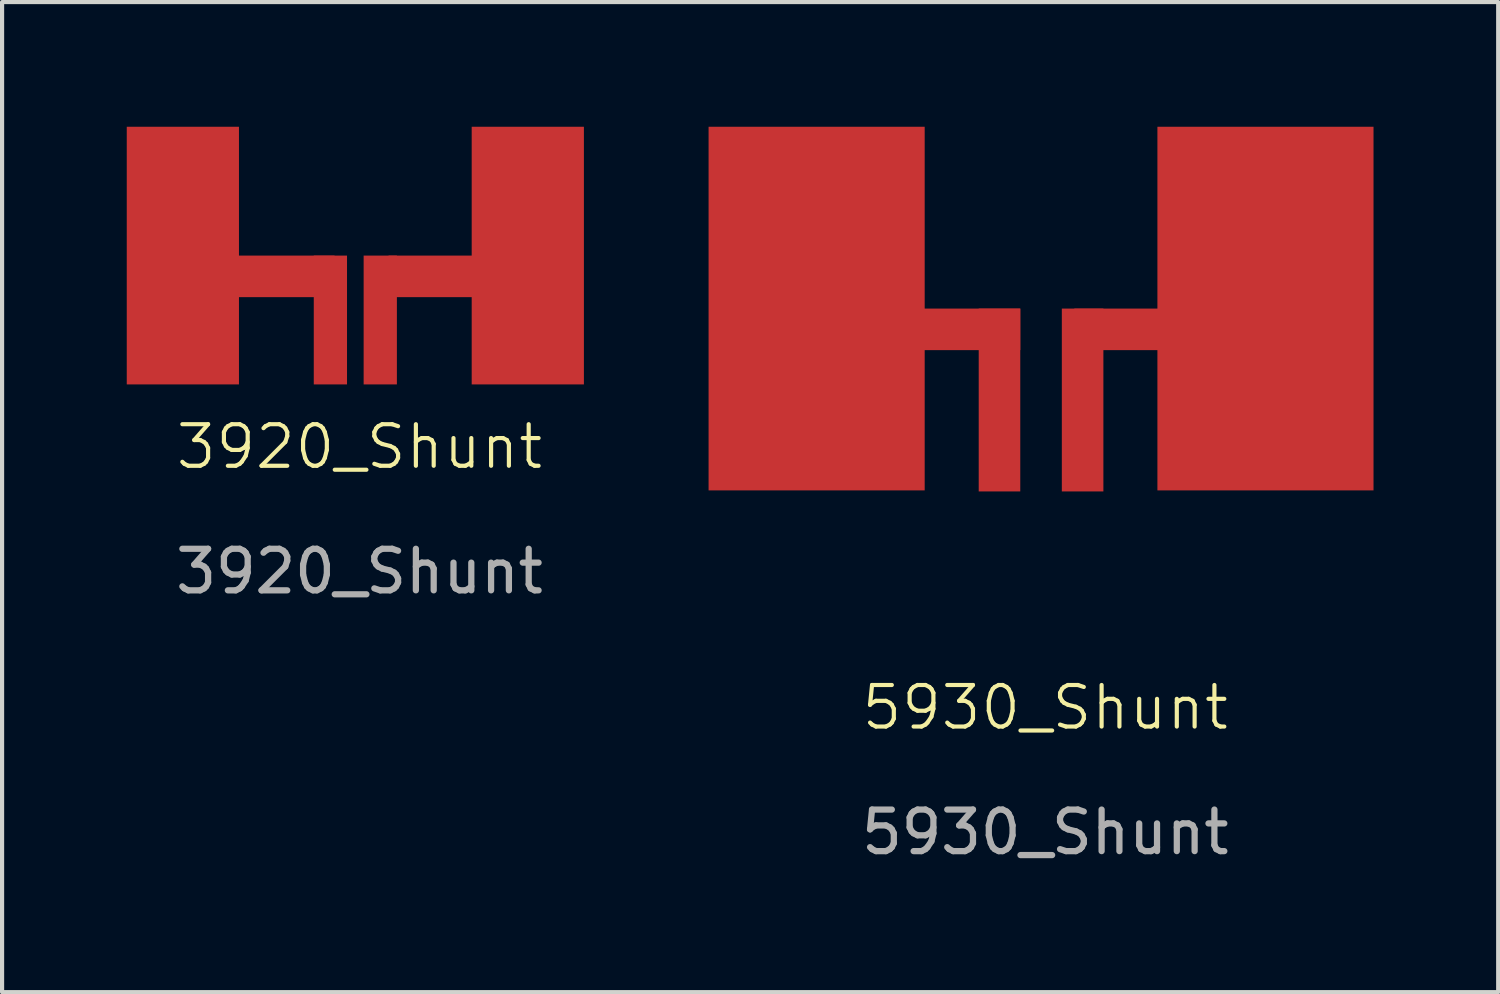
<source format=kicad_pcb>
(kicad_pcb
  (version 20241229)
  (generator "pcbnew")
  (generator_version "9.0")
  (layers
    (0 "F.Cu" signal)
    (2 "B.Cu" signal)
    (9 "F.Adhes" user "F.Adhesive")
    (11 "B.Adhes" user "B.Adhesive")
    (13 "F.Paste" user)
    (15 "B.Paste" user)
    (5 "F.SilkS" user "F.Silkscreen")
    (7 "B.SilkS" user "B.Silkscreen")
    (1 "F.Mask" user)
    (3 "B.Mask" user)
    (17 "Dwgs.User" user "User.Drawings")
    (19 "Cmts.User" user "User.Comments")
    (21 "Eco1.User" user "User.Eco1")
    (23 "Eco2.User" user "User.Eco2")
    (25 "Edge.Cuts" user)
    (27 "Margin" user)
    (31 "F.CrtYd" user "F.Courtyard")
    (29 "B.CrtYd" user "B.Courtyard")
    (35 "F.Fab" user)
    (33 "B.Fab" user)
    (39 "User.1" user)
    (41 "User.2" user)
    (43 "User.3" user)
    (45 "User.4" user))
  (footprint "3920_Shunt"
    (layer "F.Cu")
    (at 5.5 3.1)
    (property "Reference" "3920_Shunt" (at 0.1 4.6 0) (unlocked yes) (layer "F.SilkS") (effects (font (size 1 1) (thickness 0.1))))
    (attr smd)
    (fp_rect (start -3.3 0) (end -0.5 1) (stroke (width 0) (type solid)) (fill yes) (layer "F.Cu"))
    (fp_rect (start 0.8 0) (end 3.6 1) (stroke (width 0) (type solid)) (fill yes) (layer "F.Cu"))
    (fp_text user "${REFERENCE}" (at 0.1 7.6 0) (unlocked yes) (layer "F.Fab") (effects (font (size 1 1) (thickness 0.15))))
    (pad "1" smd rect (at -4.15 0) (size 2.7 6.2) (layers "F.Cu" "F.Mask" "F.Paste"))
    (pad "2" smd rect (at -0.6 1.55) (size 0.8 3.1) (layers "F.Cu"))
    (pad "3" smd rect (at 0.6 1.55) (size 0.8 3.1) (layers "F.Cu"))
    (pad "4" smd rect (at 4.15 0) (size 2.7 6.2) (layers "F.Cu" "F.Mask" "F.Paste")))
  (footprint "5930_Shunt"
    (layer "F.Cu")
    (at 22 4.375)
    (property "Reference" "5930_Shunt" (at 0.1 9.6 0) (unlocked yes) (layer "F.SilkS") (effects (font (size 1 1) (thickness 0.1))))
    (attr smd)
    (fp_rect (start -3.3 0) (end -0.5 1) (stroke (width 0) (type solid)) (fill yes) (layer "F.Cu"))
    (fp_rect (start 0.8 0) (end 3.6 1) (stroke (width 0) (type solid)) (fill yes) (layer "F.Cu"))
    (fp_text user "${REFERENCE}" (at 0.1 12.6 0) (unlocked yes) (layer "F.Fab") (effects (font (size 1 1) (thickness 0.15))))
    (pad "1" smd rect (at -5.4 0) (size 5.2 8.75) (layers "F.Cu" "F.Mask" "F.Paste"))
    (pad "2" smd rect (at -1 2.2) (size 1 4.4) (layers "F.Cu" "F.Mask" "F.Paste"))
    (pad "3" smd rect (at 1 2.2) (size 1 4.4) (layers "F.Cu" "F.Mask" "F.Paste"))
    (pad "4" smd rect (at 5.4 0) (size 5.2 8.75) (layers "F.Cu" "F.Mask" "F.Paste")))
  (gr_rect
    (start -3 -3)
    (end 33 20.823)
    (stroke (width 0.1) (type default))
    (fill no)
    (layer "Edge.Cuts")))
</source>
